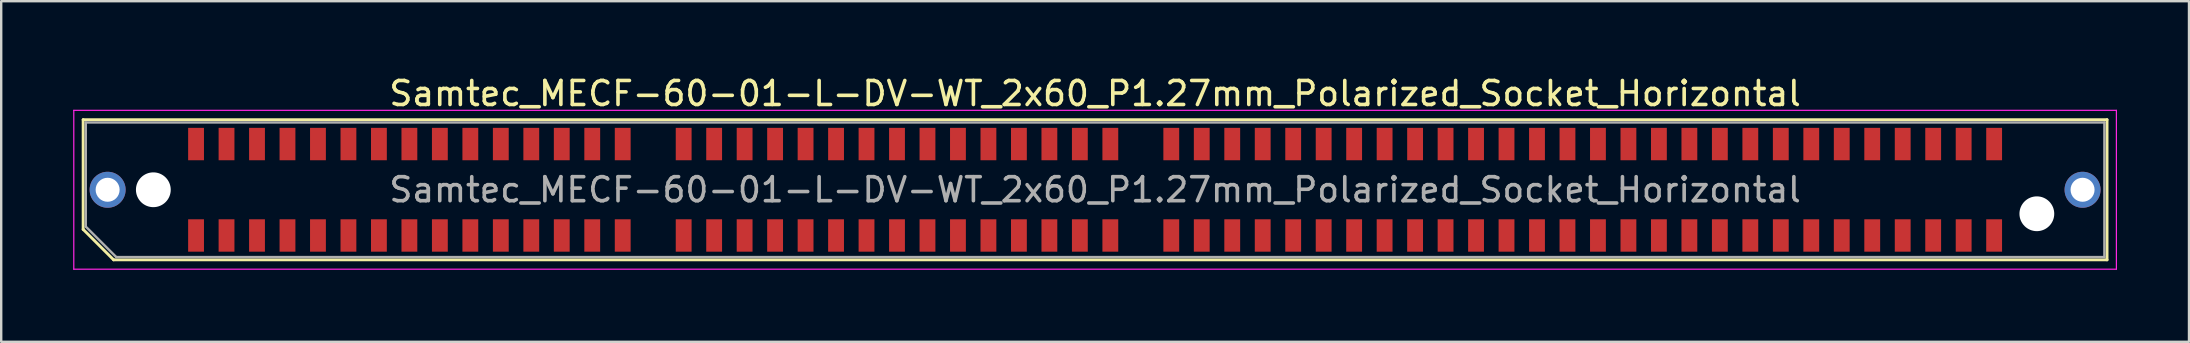
<source format=kicad_pcb>
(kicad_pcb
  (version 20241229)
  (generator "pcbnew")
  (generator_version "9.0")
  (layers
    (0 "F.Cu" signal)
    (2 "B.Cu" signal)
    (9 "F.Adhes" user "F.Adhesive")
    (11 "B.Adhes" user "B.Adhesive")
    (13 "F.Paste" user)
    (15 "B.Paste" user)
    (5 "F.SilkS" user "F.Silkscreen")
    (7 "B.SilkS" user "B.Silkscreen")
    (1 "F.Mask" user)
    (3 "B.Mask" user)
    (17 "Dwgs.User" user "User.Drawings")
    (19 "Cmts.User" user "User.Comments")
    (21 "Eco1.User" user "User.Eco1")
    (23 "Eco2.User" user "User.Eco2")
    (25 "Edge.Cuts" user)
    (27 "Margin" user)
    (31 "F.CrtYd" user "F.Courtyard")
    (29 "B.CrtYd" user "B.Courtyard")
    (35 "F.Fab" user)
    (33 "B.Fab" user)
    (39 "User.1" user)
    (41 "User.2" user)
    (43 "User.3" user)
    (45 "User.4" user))
  (footprint "Samtec_MECF-60-01-L-DV-WT_2x60_P1.27mm_Polarized_Socket_Horizontal"
    (layer "F.Cu")
    (at 42.585 4.858)
    (property "Reference" "Samtec_MECF-60-01-L-DV-WT_2x60_P1.27mm_Polarized_Socket_Horizontal" (at 0 -4.01 0) (layer "F.SilkS") (effects (font (size 1 1) (thickness 0.15))))
    (attr smd)
    (fp_line (start -42.17 -2.92) (end 42.17 -2.92) (stroke (width 0.12) (type solid)) (layer "F.SilkS"))
    (fp_line (start -42.17 1.65) (end -42.17 -2.92) (stroke (width 0.12) (type solid)) (layer "F.SilkS"))
    (fp_line (start -40.9 2.92) (end -42.17 1.65) (stroke (width 0.12) (type solid)) (layer "F.SilkS"))
    (fp_line (start -40.9 2.92) (end 42.17 2.92) (stroke (width 0.12) (type solid)) (layer "F.SilkS"))
    (fp_line (start 42.17 2.92) (end 42.17 -2.92) (stroke (width 0.12) (type solid)) (layer "F.SilkS"))
    (fp_line (start -42.56 -3.31) (end -42.56 3.31) (stroke (width 0.05) (type solid)) (layer "F.CrtYd"))
    (fp_line (start -42.56 3.31) (end 42.56 3.31) (stroke (width 0.05) (type solid)) (layer "F.CrtYd"))
    (fp_line (start 42.56 -3.31) (end -42.56 -3.31) (stroke (width 0.05) (type solid)) (layer "F.CrtYd"))
    (fp_line (start 42.56 3.31) (end 42.56 -3.31) (stroke (width 0.05) (type solid)) (layer "F.CrtYd"))
    (fp_line (start -42.06 -2.805) (end 42.06 -2.805) (stroke (width 0.1) (type solid)) (layer "F.Fab"))
    (fp_line (start -42.06 1.535) (end -42.06 -2.805) (stroke (width 0.1) (type solid)) (layer "F.Fab"))
    (fp_line (start -42.06 1.535) (end -40.79 2.805) (stroke (width 0.1) (type solid)) (layer "F.Fab"))
    (fp_line (start -40.79 2.805) (end 42.06 2.805) (stroke (width 0.1) (type solid)) (layer "F.Fab"))
    (fp_line (start 42.06 2.805) (end 42.06 -2.805) (stroke (width 0.1) (type solid)) (layer "F.Fab"))
    (fp_text user "${REFERENCE}" (at 0 0 0) (layer "F.Fab") (effects (font (size 1 1) (thickness 0.15))))
    (pad "" thru_hole circle (at -41.15 0) (size 1.5 1.5) (drill 1) (layers "*.Cu" "*.Mask"))
    (pad "" np_thru_hole circle (at -39.245 0) (size 1.45 1.45) (drill 1.45) (layers "*.Cu" "*.Mask"))
    (pad "" np_thru_hole circle (at 39.245 1) (size 1.45 1.45) (drill 1.45) (layers "*.Cu" "*.Mask"))
    (pad "" thru_hole circle (at 41.15 0) (size 1.5 1.5) (drill 1) (layers "*.Cu" "*.Mask"))
    (pad "1" smd rect (at -37.465 1.905) (size 0.66 1.35) (layers "F.Cu" "F.Mask" "F.Paste"))
    (pad "2" smd rect (at -37.465 -1.905) (size 0.66 1.35) (layers "F.Cu" "F.Mask" "F.Paste"))
    (pad "3" smd rect (at -36.195 1.905) (size 0.66 1.35) (layers "F.Cu" "F.Mask" "F.Paste"))
    (pad "4" smd rect (at -36.195 -1.905) (size 0.66 1.35) (layers "F.Cu" "F.Mask" "F.Paste"))
    (pad "5" smd rect (at -34.925 1.905) (size 0.66 1.35) (layers "F.Cu" "F.Mask" "F.Paste"))
    (pad "6" smd rect (at -34.925 -1.905) (size 0.66 1.35) (layers "F.Cu" "F.Mask" "F.Paste"))
    (pad "7" smd rect (at -33.655 1.905) (size 0.66 1.35) (layers "F.Cu" "F.Mask" "F.Paste"))
    (pad "8" smd rect (at -33.655 -1.905) (size 0.66 1.35) (layers "F.Cu" "F.Mask" "F.Paste"))
    (pad "9" smd rect (at -32.385 1.905) (size 0.66 1.35) (layers "F.Cu" "F.Mask" "F.Paste"))
    (pad "10" smd rect (at -32.385 -1.905) (size 0.66 1.35) (layers "F.Cu" "F.Mask" "F.Paste"))
    (pad "11" smd rect (at -31.115 1.905) (size 0.66 1.35) (layers "F.Cu" "F.Mask" "F.Paste"))
    (pad "12" smd rect (at -31.115 -1.905) (size 0.66 1.35) (layers "F.Cu" "F.Mask" "F.Paste"))
    (pad "13" smd rect (at -29.845 1.905) (size 0.66 1.35) (layers "F.Cu" "F.Mask" "F.Paste"))
    (pad "14" smd rect (at -29.845 -1.905) (size 0.66 1.35) (layers "F.Cu" "F.Mask" "F.Paste"))
    (pad "15" smd rect (at -28.575 1.905) (size 0.66 1.35) (layers "F.Cu" "F.Mask" "F.Paste"))
    (pad "16" smd rect (at -28.575 -1.905) (size 0.66 1.35) (layers "F.Cu" "F.Mask" "F.Paste"))
    (pad "17" smd rect (at -27.305 1.905) (size 0.66 1.35) (layers "F.Cu" "F.Mask" "F.Paste"))
    (pad "18" smd rect (at -27.305 -1.905) (size 0.66 1.35) (layers "F.Cu" "F.Mask" "F.Paste"))
    (pad "19" smd rect (at -26.035 1.905) (size 0.66 1.35) (layers "F.Cu" "F.Mask" "F.Paste"))
    (pad "20" smd rect (at -26.035 -1.905) (size 0.66 1.35) (layers "F.Cu" "F.Mask" "F.Paste"))
    (pad "21" smd rect (at -24.765 1.905) (size 0.66 1.35) (layers "F.Cu" "F.Mask" "F.Paste"))
    (pad "22" smd rect (at -24.765 -1.905) (size 0.66 1.35) (layers "F.Cu" "F.Mask" "F.Paste"))
    (pad "23" smd rect (at -23.495 1.905) (size 0.66 1.35) (layers "F.Cu" "F.Mask" "F.Paste"))
    (pad "24" smd rect (at -23.495 -1.905) (size 0.66 1.35) (layers "F.Cu" "F.Mask" "F.Paste"))
    (pad "25" smd rect (at -22.225 1.905) (size 0.66 1.35) (layers "F.Cu" "F.Mask" "F.Paste"))
    (pad "26" smd rect (at -22.225 -1.905) (size 0.66 1.35) (layers "F.Cu" "F.Mask" "F.Paste"))
    (pad "27" smd rect (at -20.955 1.905) (size 0.66 1.35) (layers "F.Cu" "F.Mask" "F.Paste"))
    (pad "28" smd rect (at -20.955 -1.905) (size 0.66 1.35) (layers "F.Cu" "F.Mask" "F.Paste"))
    (pad "29" smd rect (at -19.685 1.905) (size 0.66 1.35) (layers "F.Cu" "F.Mask" "F.Paste"))
    (pad "30" smd rect (at -19.685 -1.905) (size 0.66 1.35) (layers "F.Cu" "F.Mask" "F.Paste"))
    (pad "33" smd rect (at -17.145 1.905) (size 0.66 1.35) (layers "F.Cu" "F.Mask" "F.Paste"))
    (pad "34" smd rect (at -17.145 -1.905) (size 0.66 1.35) (layers "F.Cu" "F.Mask" "F.Paste"))
    (pad "35" smd rect (at -15.875 1.905) (size 0.66 1.35) (layers "F.Cu" "F.Mask" "F.Paste"))
    (pad "36" smd rect (at -15.875 -1.905) (size 0.66 1.35) (layers "F.Cu" "F.Mask" "F.Paste"))
    (pad "37" smd rect (at -14.605 1.905) (size 0.66 1.35) (layers "F.Cu" "F.Mask" "F.Paste"))
    (pad "38" smd rect (at -14.605 -1.905) (size 0.66 1.35) (layers "F.Cu" "F.Mask" "F.Paste"))
    (pad "39" smd rect (at -13.335 1.905) (size 0.66 1.35) (layers "F.Cu" "F.Mask" "F.Paste"))
    (pad "40" smd rect (at -13.335 -1.905) (size 0.66 1.35) (layers "F.Cu" "F.Mask" "F.Paste"))
    (pad "41" smd rect (at -12.065 1.905) (size 0.66 1.35) (layers "F.Cu" "F.Mask" "F.Paste"))
    (pad "42" smd rect (at -12.065 -1.905) (size 0.66 1.35) (layers "F.Cu" "F.Mask" "F.Paste"))
    (pad "43" smd rect (at -10.795 1.905) (size 0.66 1.35) (layers "F.Cu" "F.Mask" "F.Paste"))
    (pad "44" smd rect (at -10.795 -1.905) (size 0.66 1.35) (layers "F.Cu" "F.Mask" "F.Paste"))
    (pad "45" smd rect (at -9.525 1.905) (size 0.66 1.35) (layers "F.Cu" "F.Mask" "F.Paste"))
    (pad "46" smd rect (at -9.525 -1.905) (size 0.66 1.35) (layers "F.Cu" "F.Mask" "F.Paste"))
    (pad "47" smd rect (at -8.255 1.905) (size 0.66 1.35) (layers "F.Cu" "F.Mask" "F.Paste"))
    (pad "48" smd rect (at -8.255 -1.905) (size 0.66 1.35) (layers "F.Cu" "F.Mask" "F.Paste"))
    (pad "49" smd rect (at -6.985 1.905) (size 0.66 1.35) (layers "F.Cu" "F.Mask" "F.Paste"))
    (pad "50" smd rect (at -6.985 -1.905) (size 0.66 1.35) (layers "F.Cu" "F.Mask" "F.Paste"))
    (pad "51" smd rect (at -5.715 1.905) (size 0.66 1.35) (layers "F.Cu" "F.Mask" "F.Paste"))
    (pad "52" smd rect (at -5.715 -1.905) (size 0.66 1.35) (layers "F.Cu" "F.Mask" "F.Paste"))
    (pad "53" smd rect (at -4.445 1.905) (size 0.66 1.35) (layers "F.Cu" "F.Mask" "F.Paste"))
    (pad "54" smd rect (at -4.445 -1.905) (size 0.66 1.35) (layers "F.Cu" "F.Mask" "F.Paste"))
    (pad "55" smd rect (at -3.175 1.905) (size 0.66 1.35) (layers "F.Cu" "F.Mask" "F.Paste"))
    (pad "56" smd rect (at -3.175 -1.905) (size 0.66 1.35) (layers "F.Cu" "F.Mask" "F.Paste"))
    (pad "57" smd rect (at -1.905 1.905) (size 0.66 1.35) (layers "F.Cu" "F.Mask" "F.Paste"))
    (pad "58" smd rect (at -1.905 -1.905) (size 0.66 1.35) (layers "F.Cu" "F.Mask" "F.Paste"))
    (pad "59" smd rect (at -0.635 1.905) (size 0.66 1.35) (layers "F.Cu" "F.Mask" "F.Paste"))
    (pad "60" smd rect (at -0.635 -1.905) (size 0.66 1.35) (layers "F.Cu" "F.Mask" "F.Paste"))
    (pad "61" smd rect (at 0.635 1.905) (size 0.66 1.35) (layers "F.Cu" "F.Mask" "F.Paste"))
    (pad "62" smd rect (at 0.635 -1.905) (size 0.66 1.35) (layers "F.Cu" "F.Mask" "F.Paste"))
    (pad "65" smd rect (at 3.175 1.905) (size 0.66 1.35) (layers "F.Cu" "F.Mask" "F.Paste"))
    (pad "66" smd rect (at 3.175 -1.905) (size 0.66 1.35) (layers "F.Cu" "F.Mask" "F.Paste"))
    (pad "67" smd rect (at 4.445 1.905) (size 0.66 1.35) (layers "F.Cu" "F.Mask" "F.Paste"))
    (pad "68" smd rect (at 4.445 -1.905) (size 0.66 1.35) (layers "F.Cu" "F.Mask" "F.Paste"))
    (pad "69" smd rect (at 5.715 1.905) (size 0.66 1.35) (layers "F.Cu" "F.Mask" "F.Paste"))
    (pad "70" smd rect (at 5.715 -1.905) (size 0.66 1.35) (layers "F.Cu" "F.Mask" "F.Paste"))
    (pad "71" smd rect (at 6.985 1.905) (size 0.66 1.35) (layers "F.Cu" "F.Mask" "F.Paste"))
    (pad "72" smd rect (at 6.985 -1.905) (size 0.66 1.35) (layers "F.Cu" "F.Mask" "F.Paste"))
    (pad "73" smd rect (at 8.255 1.905) (size 0.66 1.35) (layers "F.Cu" "F.Mask" "F.Paste"))
    (pad "74" smd rect (at 8.255 -1.905) (size 0.66 1.35) (layers "F.Cu" "F.Mask" "F.Paste"))
    (pad "75" smd rect (at 9.525 1.905) (size 0.66 1.35) (layers "F.Cu" "F.Mask" "F.Paste"))
    (pad "76" smd rect (at 9.525 -1.905) (size 0.66 1.35) (layers "F.Cu" "F.Mask" "F.Paste"))
    (pad "77" smd rect (at 10.795 1.905) (size 0.66 1.35) (layers "F.Cu" "F.Mask" "F.Paste"))
    (pad "78" smd rect (at 10.795 -1.905) (size 0.66 1.35) (layers "F.Cu" "F.Mask" "F.Paste"))
    (pad "79" smd rect (at 12.065 1.905) (size 0.66 1.35) (layers "F.Cu" "F.Mask" "F.Paste"))
    (pad "80" smd rect (at 12.065 -1.905) (size 0.66 1.35) (layers "F.Cu" "F.Mask" "F.Paste"))
    (pad "81" smd rect (at 13.335 1.905) (size 0.66 1.35) (layers "F.Cu" "F.Mask" "F.Paste"))
    (pad "82" smd rect (at 13.335 -1.905) (size 0.66 1.35) (layers "F.Cu" "F.Mask" "F.Paste"))
    (pad "83" smd rect (at 14.605 1.905) (size 0.66 1.35) (layers "F.Cu" "F.Mask" "F.Paste"))
    (pad "84" smd rect (at 14.605 -1.905) (size 0.66 1.35) (layers "F.Cu" "F.Mask" "F.Paste"))
    (pad "85" smd rect (at 15.875 1.905) (size 0.66 1.35) (layers "F.Cu" "F.Mask" "F.Paste"))
    (pad "86" smd rect (at 15.875 -1.905) (size 0.66 1.35) (layers "F.Cu" "F.Mask" "F.Paste"))
    (pad "87" smd rect (at 17.145 1.905) (size 0.66 1.35) (layers "F.Cu" "F.Mask" "F.Paste"))
    (pad "88" smd rect (at 17.145 -1.905) (size 0.66 1.35) (layers "F.Cu" "F.Mask" "F.Paste"))
    (pad "89" smd rect (at 18.415 1.905) (size 0.66 1.35) (layers "F.Cu" "F.Mask" "F.Paste"))
    (pad "90" smd rect (at 18.415 -1.905) (size 0.66 1.35) (layers "F.Cu" "F.Mask" "F.Paste"))
    (pad "91" smd rect (at 19.685 1.905) (size 0.66 1.35) (layers "F.Cu" "F.Mask" "F.Paste"))
    (pad "92" smd rect (at 19.685 -1.905) (size 0.66 1.35) (layers "F.Cu" "F.Mask" "F.Paste"))
    (pad "93" smd rect (at 20.955 1.905) (size 0.66 1.35) (layers "F.Cu" "F.Mask" "F.Paste"))
    (pad "94" smd rect (at 20.955 -1.905) (size 0.66 1.35) (layers "F.Cu" "F.Mask" "F.Paste"))
    (pad "95" smd rect (at 22.225 1.905) (size 0.66 1.35) (layers "F.Cu" "F.Mask" "F.Paste"))
    (pad "96" smd rect (at 22.225 -1.905) (size 0.66 1.35) (layers "F.Cu" "F.Mask" "F.Paste"))
    (pad "97" smd rect (at 23.495 1.905) (size 0.66 1.35) (layers "F.Cu" "F.Mask" "F.Paste"))
    (pad "98" smd rect (at 23.495 -1.905) (size 0.66 1.35) (layers "F.Cu" "F.Mask" "F.Paste"))
    (pad "99" smd rect (at 24.765 1.905) (size 0.66 1.35) (layers "F.Cu" "F.Mask" "F.Paste"))
    (pad "100" smd rect (at 24.765 -1.905) (size 0.66 1.35) (layers "F.Cu" "F.Mask" "F.Paste"))
    (pad "101" smd rect (at 26.035 1.905) (size 0.66 1.35) (layers "F.Cu" "F.Mask" "F.Paste"))
    (pad "102" smd rect (at 26.035 -1.905) (size 0.66 1.35) (layers "F.Cu" "F.Mask" "F.Paste"))
    (pad "103" smd rect (at 27.305 1.905) (size 0.66 1.35) (layers "F.Cu" "F.Mask" "F.Paste"))
    (pad "104" smd rect (at 27.305 -1.905) (size 0.66 1.35) (layers "F.Cu" "F.Mask" "F.Paste"))
    (pad "105" smd rect (at 28.575 1.905) (size 0.66 1.35) (layers "F.Cu" "F.Mask" "F.Paste"))
    (pad "106" smd rect (at 28.575 -1.905) (size 0.66 1.35) (layers "F.Cu" "F.Mask" "F.Paste"))
    (pad "107" smd rect (at 29.845 1.905) (size 0.66 1.35) (layers "F.Cu" "F.Mask" "F.Paste"))
    (pad "108" smd rect (at 29.845 -1.905) (size 0.66 1.35) (layers "F.Cu" "F.Mask" "F.Paste"))
    (pad "109" smd rect (at 31.115 1.905) (size 0.66 1.35) (layers "F.Cu" "F.Mask" "F.Paste"))
    (pad "110" smd rect (at 31.115 -1.905) (size 0.66 1.35) (layers "F.Cu" "F.Mask" "F.Paste"))
    (pad "111" smd rect (at 32.385 1.905) (size 0.66 1.35) (layers "F.Cu" "F.Mask" "F.Paste"))
    (pad "112" smd rect (at 32.385 -1.905) (size 0.66 1.35) (layers "F.Cu" "F.Mask" "F.Paste"))
    (pad "113" smd rect (at 33.655 1.905) (size 0.66 1.35) (layers "F.Cu" "F.Mask" "F.Paste"))
    (pad "114" smd rect (at 33.655 -1.905) (size 0.66 1.35) (layers "F.Cu" "F.Mask" "F.Paste"))
    (pad "115" smd rect (at 34.925 1.905) (size 0.66 1.35) (layers "F.Cu" "F.Mask" "F.Paste"))
    (pad "116" smd rect (at 34.925 -1.905) (size 0.66 1.35) (layers "F.Cu" "F.Mask" "F.Paste"))
    (pad "117" smd rect (at 36.195 1.905) (size 0.66 1.35) (layers "F.Cu" "F.Mask" "F.Paste"))
    (pad "118" smd rect (at 36.195 -1.905) (size 0.66 1.35) (layers "F.Cu" "F.Mask" "F.Paste"))
    (pad "119" smd rect (at 37.465 1.905) (size 0.66 1.35) (layers "F.Cu" "F.Mask" "F.Paste"))
    (pad "120" smd rect (at 37.465 -1.905) (size 0.66 1.35) (layers "F.Cu" "F.Mask" "F.Paste")))
  (gr_rect
    (start -3 -3)
    (end 88.17 11.193)
    (stroke (width 0.1) (type default))
    (fill no)
    (layer "Edge.Cuts")))
</source>
